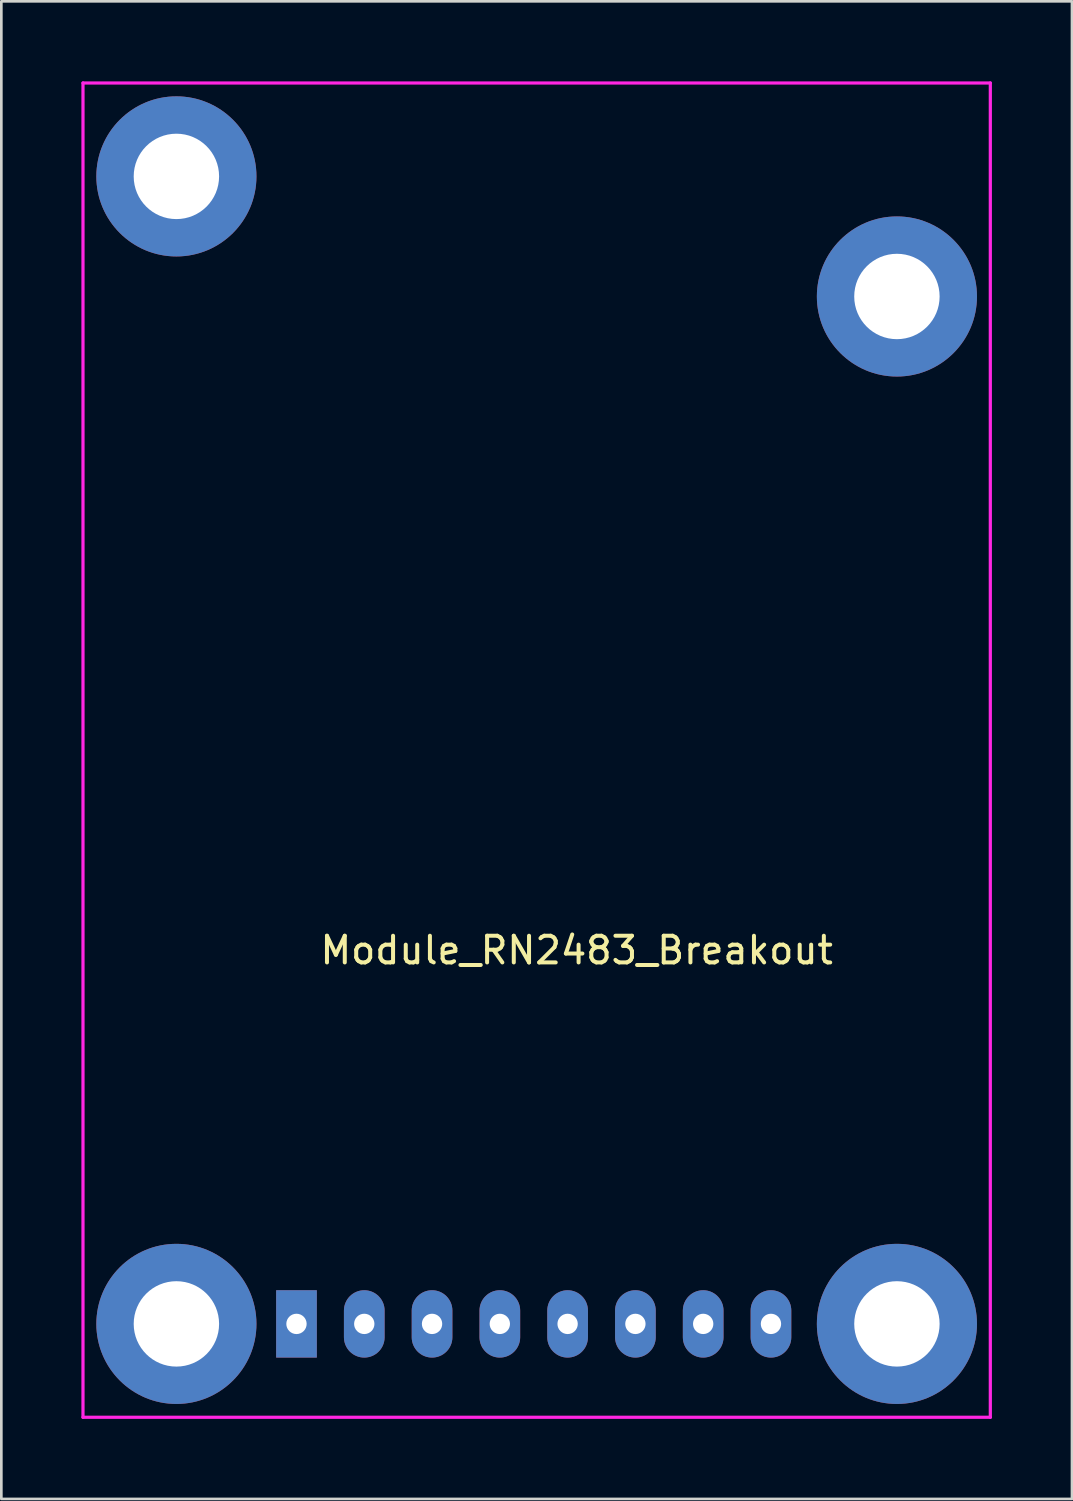
<source format=kicad_pcb>
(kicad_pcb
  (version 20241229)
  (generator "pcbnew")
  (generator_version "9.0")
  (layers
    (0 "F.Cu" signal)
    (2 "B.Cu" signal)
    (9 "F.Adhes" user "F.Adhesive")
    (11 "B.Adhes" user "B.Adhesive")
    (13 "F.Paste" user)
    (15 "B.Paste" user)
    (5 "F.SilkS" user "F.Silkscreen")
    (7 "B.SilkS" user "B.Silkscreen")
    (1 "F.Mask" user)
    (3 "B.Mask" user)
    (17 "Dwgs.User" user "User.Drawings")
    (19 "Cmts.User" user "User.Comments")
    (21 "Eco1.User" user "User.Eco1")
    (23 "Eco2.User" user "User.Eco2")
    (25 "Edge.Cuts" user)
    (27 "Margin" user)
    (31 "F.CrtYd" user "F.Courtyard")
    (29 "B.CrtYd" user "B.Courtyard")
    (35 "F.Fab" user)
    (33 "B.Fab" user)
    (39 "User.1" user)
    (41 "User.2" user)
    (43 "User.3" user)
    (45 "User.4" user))
  (footprint "Module_RN2483_Breakout"
    (layer "F.Cu")
    (at 8.06 46.56)
    (property "Reference" "Module_RN2483_Breakout" (at 10.5 -14 0) (layer "F.SilkS") (effects (font (size 1 1) (thickness 0.15))))
    (attr through_hole)
    (fp_line (start -8 -46.5) (end 26 -46.5) (stroke (width 0.12) (type solid)) (layer "F.CrtYd"))
    (fp_line (start -8 3.5) (end -8 -46.5) (stroke (width 0.12) (type solid)) (layer "F.CrtYd"))
    (fp_line (start 26 -46.5) (end 26 3.5) (stroke (width 0.12) (type solid)) (layer "F.CrtYd"))
    (fp_line (start 26 3.5) (end -8 3.5) (stroke (width 0.12) (type solid)) (layer "F.CrtYd"))
    (pad "" np_thru_hole circle (at -4.5 -43) (size 6 6) (drill 3.2) (layers "*.Cu" "*.Mask"))
    (pad "" np_thru_hole circle (at -4.5 0) (size 6 6) (drill 3.2) (layers "*.Cu" "*.Mask"))
    (pad "" np_thru_hole circle (at 22.5 -38.5) (size 6 6) (drill 3.2) (layers "*.Cu" "*.Mask"))
    (pad "" np_thru_hole circle (at 22.5 0) (size 6 6) (drill 3.2) (layers "*.Cu" "*.Mask"))
    (pad "1" thru_hole rect (at 0 0) (size 1.524 2.524) (drill 0.762) (layers "*.Cu" "*.Mask"))
    (pad "2" thru_hole oval (at 2.54 0) (size 1.524 2.524) (drill 0.762) (layers "*.Cu" "*.Mask"))
    (pad "3" thru_hole oval (at 5.08 0) (size 1.524 2.524) (drill 0.762) (layers "*.Cu" "*.Mask"))
    (pad "4" thru_hole oval (at 7.62 0) (size 1.524 2.524) (drill 0.762) (layers "*.Cu" "*.Mask"))
    (pad "5" thru_hole oval (at 10.16 0) (size 1.524 2.524) (drill 0.762) (layers "*.Cu" "*.Mask"))
    (pad "6" thru_hole oval (at 12.7 0) (size 1.524 2.524) (drill 0.762) (layers "*.Cu" "*.Mask"))
    (pad "7" thru_hole oval (at 15.24 0) (size 1.524 2.524) (drill 0.762) (layers "*.Cu" "*.Mask"))
    (pad "8" thru_hole oval (at 17.78 0) (size 1.524 2.524) (drill 0.762) (layers "*.Cu" "*.Mask")))
  (gr_rect
    (start -3 -3)
    (end 37.12 53.12)
    (stroke (width 0.1) (type default))
    (fill no)
    (layer "Edge.Cuts")))
</source>
